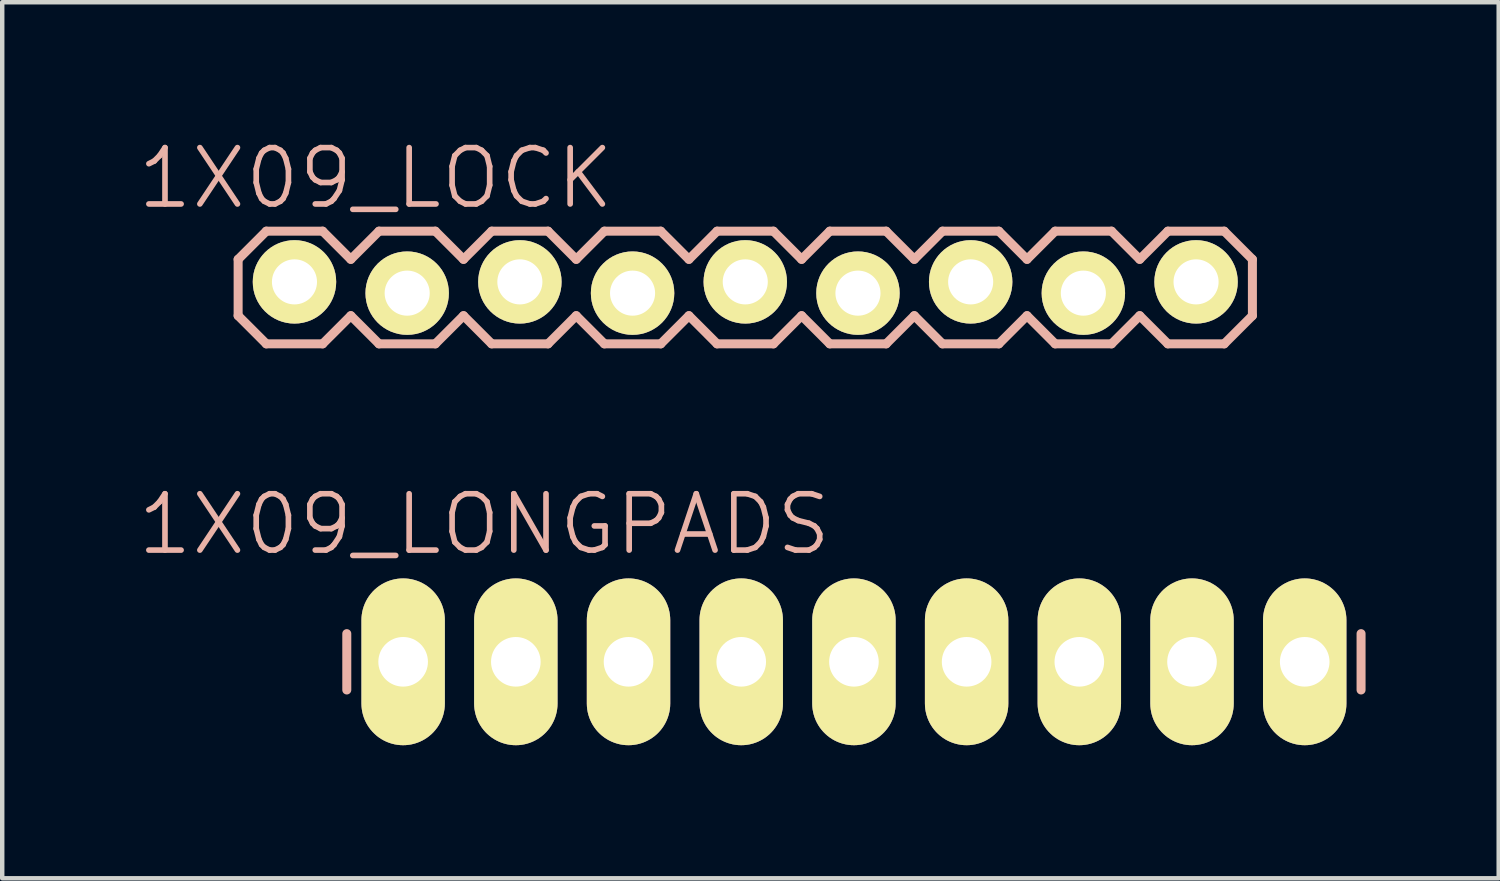
<source format=kicad_pcb>
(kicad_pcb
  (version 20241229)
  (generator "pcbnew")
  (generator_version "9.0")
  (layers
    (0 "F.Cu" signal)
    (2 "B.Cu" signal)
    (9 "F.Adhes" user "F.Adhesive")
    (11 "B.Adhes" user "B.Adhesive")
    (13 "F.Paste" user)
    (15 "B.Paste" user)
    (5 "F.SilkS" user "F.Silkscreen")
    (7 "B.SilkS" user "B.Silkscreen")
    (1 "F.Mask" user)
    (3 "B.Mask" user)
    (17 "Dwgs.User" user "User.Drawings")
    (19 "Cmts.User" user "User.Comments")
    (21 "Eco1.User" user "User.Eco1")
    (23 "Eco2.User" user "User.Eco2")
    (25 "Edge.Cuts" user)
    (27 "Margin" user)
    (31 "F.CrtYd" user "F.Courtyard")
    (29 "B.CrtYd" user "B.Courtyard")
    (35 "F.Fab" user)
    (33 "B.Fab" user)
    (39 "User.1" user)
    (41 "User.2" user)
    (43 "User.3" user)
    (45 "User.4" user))
  (footprint "1X09_LONGPADS"
    (layer "F.Cu")
    (at 6.036 11.866)
    (property "Reference" "1X09_LONGPADS" (at 1.829 -3.099 0) (layer "B.SilkS") (effects (font (size 1.27 1.27) (thickness 0.127))))
    (attr exclude_from_pos_files exclude_from_bom)
    (fp_line (start -0.254 -0.254) (end 0.254 -0.254) (stroke (width 0.066) (type solid)) (layer "F.SilkS"))
    (fp_line (start -0.254 0.254) (end -0.254 -0.254) (stroke (width 0.066) (type solid)) (layer "F.SilkS"))
    (fp_line (start -0.254 0.254) (end 0.254 0.254) (stroke (width 0.066) (type solid)) (layer "F.SilkS"))
    (fp_line (start 0.254 0.254) (end 0.254 -0.254) (stroke (width 0.066) (type solid)) (layer "F.SilkS"))
    (fp_line (start 2.286 -0.254) (end 2.794 -0.254) (stroke (width 0.066) (type solid)) (layer "F.SilkS"))
    (fp_line (start 2.286 0.254) (end 2.286 -0.254) (stroke (width 0.066) (type solid)) (layer "F.SilkS"))
    (fp_line (start 2.286 0.254) (end 2.794 0.254) (stroke (width 0.066) (type solid)) (layer "F.SilkS"))
    (fp_line (start 2.794 0.254) (end 2.794 -0.254) (stroke (width 0.066) (type solid)) (layer "F.SilkS"))
    (fp_line (start 4.826 -0.254) (end 5.334 -0.254) (stroke (width 0.066) (type solid)) (layer "F.SilkS"))
    (fp_line (start 4.826 0.254) (end 4.826 -0.254) (stroke (width 0.066) (type solid)) (layer "F.SilkS"))
    (fp_line (start 4.826 0.254) (end 5.334 0.254) (stroke (width 0.066) (type solid)) (layer "F.SilkS"))
    (fp_line (start 5.334 0.254) (end 5.334 -0.254) (stroke (width 0.066) (type solid)) (layer "F.SilkS"))
    (fp_line (start 7.366 -0.254) (end 7.874 -0.254) (stroke (width 0.066) (type solid)) (layer "F.SilkS"))
    (fp_line (start 7.366 0.254) (end 7.366 -0.254) (stroke (width 0.066) (type solid)) (layer "F.SilkS"))
    (fp_line (start 7.366 0.254) (end 7.874 0.254) (stroke (width 0.066) (type solid)) (layer "F.SilkS"))
    (fp_line (start 7.874 0.254) (end 7.874 -0.254) (stroke (width 0.066) (type solid)) (layer "F.SilkS"))
    (fp_line (start 9.906 -0.254) (end 10.414 -0.254) (stroke (width 0.066) (type solid)) (layer "F.SilkS"))
    (fp_line (start 9.906 0.254) (end 9.906 -0.254) (stroke (width 0.066) (type solid)) (layer "F.SilkS"))
    (fp_line (start 9.906 0.254) (end 10.414 0.254) (stroke (width 0.066) (type solid)) (layer "F.SilkS"))
    (fp_line (start 10.414 0.254) (end 10.414 -0.254) (stroke (width 0.066) (type solid)) (layer "F.SilkS"))
    (fp_line (start 12.446 -0.254) (end 12.954 -0.254) (stroke (width 0.066) (type solid)) (layer "F.SilkS"))
    (fp_line (start 12.446 0.254) (end 12.446 -0.254) (stroke (width 0.066) (type solid)) (layer "F.SilkS"))
    (fp_line (start 12.446 0.254) (end 12.954 0.254) (stroke (width 0.066) (type solid)) (layer "F.SilkS"))
    (fp_line (start 12.954 0.254) (end 12.954 -0.254) (stroke (width 0.066) (type solid)) (layer "F.SilkS"))
    (fp_line (start 14.986 -0.254) (end 15.494 -0.254) (stroke (width 0.066) (type solid)) (layer "F.SilkS"))
    (fp_line (start 14.986 0.254) (end 14.986 -0.254) (stroke (width 0.066) (type solid)) (layer "F.SilkS"))
    (fp_line (start 14.986 0.254) (end 15.494 0.254) (stroke (width 0.066) (type solid)) (layer "F.SilkS"))
    (fp_line (start 15.494 0.254) (end 15.494 -0.254) (stroke (width 0.066) (type solid)) (layer "F.SilkS"))
    (fp_line (start 17.523 -0.254) (end 18.034 -0.254) (stroke (width 0.066) (type solid)) (layer "F.SilkS"))
    (fp_line (start 17.523 0.254) (end 17.523 -0.254) (stroke (width 0.066) (type solid)) (layer "F.SilkS"))
    (fp_line (start 17.523 0.254) (end 18.034 0.254) (stroke (width 0.066) (type solid)) (layer "F.SilkS"))
    (fp_line (start 18.034 0.254) (end 18.034 -0.254) (stroke (width 0.066) (type solid)) (layer "F.SilkS"))
    (fp_line (start 20.066 -0.254) (end 20.574 -0.254) (stroke (width 0.066) (type solid)) (layer "F.SilkS"))
    (fp_line (start 20.066 0.254) (end 20.066 -0.254) (stroke (width 0.066) (type solid)) (layer "F.SilkS"))
    (fp_line (start 20.066 0.254) (end 20.574 0.254) (stroke (width 0.066) (type solid)) (layer "F.SilkS"))
    (fp_line (start 20.574 0.254) (end 20.574 -0.254) (stroke (width 0.066) (type solid)) (layer "F.SilkS"))
    (fp_line (start -1.27 -0.635) (end -1.27 0.635) (stroke (width 0.203) (type solid)) (layer "B.SilkS"))
    (fp_line (start 21.59 -0.635) (end 21.59 0.635) (stroke (width 0.203) (type solid)) (layer "B.SilkS"))
    (pad "1" thru_hole oval (at 0 0 180) (size 1.88 3.759) (drill 1.118) (layers "*.Cu" "F.Mask" "F.SilkS" "F.Paste"))
    (pad "2" thru_hole oval (at 2.54 0 180) (size 1.88 3.759) (drill 1.118) (layers "*.Cu" "F.Mask" "F.SilkS" "F.Paste"))
    (pad "3" thru_hole oval (at 5.08 0 180) (size 1.88 3.759) (drill 1.118) (layers "*.Cu" "F.Mask" "F.SilkS" "F.Paste"))
    (pad "4" thru_hole oval (at 7.62 0 180) (size 1.88 3.759) (drill 1.118) (layers "*.Cu" "F.Mask" "F.SilkS" "F.Paste"))
    (pad "5" thru_hole oval (at 10.16 0 180) (size 1.88 3.759) (drill 1.118) (layers "*.Cu" "F.Mask" "F.SilkS" "F.Paste"))
    (pad "6" thru_hole oval (at 12.7 0 180) (size 1.88 3.759) (drill 1.118) (layers "*.Cu" "F.Mask" "F.SilkS" "F.Paste"))
    (pad "7" thru_hole oval (at 15.24 0 180) (size 1.88 3.759) (drill 1.118) (layers "*.Cu" "F.Mask" "F.SilkS" "F.Paste"))
    (pad "8" thru_hole oval (at 17.78 0 180) (size 1.88 3.759) (drill 1.118) (layers "*.Cu" "F.Mask" "F.SilkS" "F.Paste"))
    (pad "9" thru_hole oval (at 20.32 0 180) (size 1.88 3.759) (drill 1.118) (layers "*.Cu" "F.Mask" "F.SilkS" "F.Paste")))
  (footprint "1X09_LOCK"
    (layer "F.Cu")
    (at 3.587 3.43)
    (property "Reference" "1X09_LOCK" (at 1.829 -2.464 0) (layer "B.SilkS") (effects (font (size 1.27 1.27) (thickness 0.127))))
    (attr exclude_from_pos_files exclude_from_bom)
    (fp_line (start -0.254 -0.254) (end 0.254 -0.254) (stroke (width 0.066) (type solid)) (layer "F.SilkS"))
    (fp_line (start -0.254 0.254) (end -0.254 -0.254) (stroke (width 0.066) (type solid)) (layer "F.SilkS"))
    (fp_line (start -0.254 0.254) (end 0.254 0.254) (stroke (width 0.066) (type solid)) (layer "F.SilkS"))
    (fp_line (start 0.254 0.254) (end 0.254 -0.254) (stroke (width 0.066) (type solid)) (layer "F.SilkS"))
    (fp_line (start 2.286 -0.254) (end 2.794 -0.254) (stroke (width 0.066) (type solid)) (layer "F.SilkS"))
    (fp_line (start 2.286 0.254) (end 2.286 -0.254) (stroke (width 0.066) (type solid)) (layer "F.SilkS"))
    (fp_line (start 2.286 0.254) (end 2.794 0.254) (stroke (width 0.066) (type solid)) (layer "F.SilkS"))
    (fp_line (start 2.794 0.254) (end 2.794 -0.254) (stroke (width 0.066) (type solid)) (layer "F.SilkS"))
    (fp_line (start 4.826 -0.254) (end 5.334 -0.254) (stroke (width 0.066) (type solid)) (layer "F.SilkS"))
    (fp_line (start 4.826 0.254) (end 4.826 -0.254) (stroke (width 0.066) (type solid)) (layer "F.SilkS"))
    (fp_line (start 4.826 0.254) (end 5.334 0.254) (stroke (width 0.066) (type solid)) (layer "F.SilkS"))
    (fp_line (start 5.334 0.254) (end 5.334 -0.254) (stroke (width 0.066) (type solid)) (layer "F.SilkS"))
    (fp_line (start 7.366 -0.254) (end 7.874 -0.254) (stroke (width 0.066) (type solid)) (layer "F.SilkS"))
    (fp_line (start 7.366 0.254) (end 7.366 -0.254) (stroke (width 0.066) (type solid)) (layer "F.SilkS"))
    (fp_line (start 7.366 0.254) (end 7.874 0.254) (stroke (width 0.066) (type solid)) (layer "F.SilkS"))
    (fp_line (start 7.874 0.254) (end 7.874 -0.254) (stroke (width 0.066) (type solid)) (layer "F.SilkS"))
    (fp_line (start 9.906 -0.254) (end 10.414 -0.254) (stroke (width 0.066) (type solid)) (layer "F.SilkS"))
    (fp_line (start 9.906 0.254) (end 9.906 -0.254) (stroke (width 0.066) (type solid)) (layer "F.SilkS"))
    (fp_line (start 9.906 0.254) (end 10.414 0.254) (stroke (width 0.066) (type solid)) (layer "F.SilkS"))
    (fp_line (start 10.414 0.254) (end 10.414 -0.254) (stroke (width 0.066) (type solid)) (layer "F.SilkS"))
    (fp_line (start 12.446 -0.254) (end 12.954 -0.254) (stroke (width 0.066) (type solid)) (layer "F.SilkS"))
    (fp_line (start 12.446 0.254) (end 12.446 -0.254) (stroke (width 0.066) (type solid)) (layer "F.SilkS"))
    (fp_line (start 12.446 0.254) (end 12.954 0.254) (stroke (width 0.066) (type solid)) (layer "F.SilkS"))
    (fp_line (start 12.954 0.254) (end 12.954 -0.254) (stroke (width 0.066) (type solid)) (layer "F.SilkS"))
    (fp_line (start 14.986 -0.254) (end 15.494 -0.254) (stroke (width 0.066) (type solid)) (layer "F.SilkS"))
    (fp_line (start 14.986 0.254) (end 14.986 -0.254) (stroke (width 0.066) (type solid)) (layer "F.SilkS"))
    (fp_line (start 14.986 0.254) (end 15.494 0.254) (stroke (width 0.066) (type solid)) (layer "F.SilkS"))
    (fp_line (start 15.494 0.254) (end 15.494 -0.254) (stroke (width 0.066) (type solid)) (layer "F.SilkS"))
    (fp_line (start 17.523 -0.254) (end 18.034 -0.254) (stroke (width 0.066) (type solid)) (layer "F.SilkS"))
    (fp_line (start 17.523 0.254) (end 17.523 -0.254) (stroke (width 0.066) (type solid)) (layer "F.SilkS"))
    (fp_line (start 17.523 0.254) (end 18.034 0.254) (stroke (width 0.066) (type solid)) (layer "F.SilkS"))
    (fp_line (start 18.034 0.254) (end 18.034 -0.254) (stroke (width 0.066) (type solid)) (layer "F.SilkS"))
    (fp_line (start 20.066 -0.254) (end 20.574 -0.254) (stroke (width 0.066) (type solid)) (layer "F.SilkS"))
    (fp_line (start 20.066 0.254) (end 20.066 -0.254) (stroke (width 0.066) (type solid)) (layer "F.SilkS"))
    (fp_line (start 20.066 0.254) (end 20.574 0.254) (stroke (width 0.066) (type solid)) (layer "F.SilkS"))
    (fp_line (start 20.574 0.254) (end 20.574 -0.254) (stroke (width 0.066) (type solid)) (layer "F.SilkS"))
    (fp_line (start -1.27 -0.635) (end -1.27 0.635) (stroke (width 0.203) (type solid)) (layer "B.SilkS"))
    (fp_line (start -1.27 0.635) (end -0.635 1.27) (stroke (width 0.203) (type solid)) (layer "B.SilkS"))
    (fp_line (start -0.635 -1.27) (end -1.27 -0.635) (stroke (width 0.203) (type solid)) (layer "B.SilkS"))
    (fp_line (start -0.635 -1.27) (end 0.635 -1.27) (stroke (width 0.203) (type solid)) (layer "B.SilkS"))
    (fp_line (start 0.635 -1.27) (end 1.27 -0.635) (stroke (width 0.203) (type solid)) (layer "B.SilkS"))
    (fp_line (start 0.635 1.27) (end -0.635 1.27) (stroke (width 0.203) (type solid)) (layer "B.SilkS"))
    (fp_line (start 1.27 -0.635) (end 1.905 -1.27) (stroke (width 0.203) (type solid)) (layer "B.SilkS"))
    (fp_line (start 1.27 0.635) (end 0.635 1.27) (stroke (width 0.203) (type solid)) (layer "B.SilkS"))
    (fp_line (start 1.905 -1.27) (end 3.175 -1.27) (stroke (width 0.203) (type solid)) (layer "B.SilkS"))
    (fp_line (start 1.905 1.27) (end 1.27 0.635) (stroke (width 0.203) (type solid)) (layer "B.SilkS"))
    (fp_line (start 3.175 -1.27) (end 3.81 -0.635) (stroke (width 0.203) (type solid)) (layer "B.SilkS"))
    (fp_line (start 3.175 1.27) (end 1.905 1.27) (stroke (width 0.203) (type solid)) (layer "B.SilkS"))
    (fp_line (start 3.81 -0.635) (end 4.445 -1.27) (stroke (width 0.203) (type solid)) (layer "B.SilkS"))
    (fp_line (start 3.81 0.635) (end 3.175 1.27) (stroke (width 0.203) (type solid)) (layer "B.SilkS"))
    (fp_line (start 4.445 -1.27) (end 5.715 -1.27) (stroke (width 0.203) (type solid)) (layer "B.SilkS"))
    (fp_line (start 4.445 1.27) (end 3.81 0.635) (stroke (width 0.203) (type solid)) (layer "B.SilkS"))
    (fp_line (start 5.715 -1.27) (end 6.35 -0.635) (stroke (width 0.203) (type solid)) (layer "B.SilkS"))
    (fp_line (start 5.715 1.27) (end 4.445 1.27) (stroke (width 0.203) (type solid)) (layer "B.SilkS"))
    (fp_line (start 6.35 0.635) (end 5.715 1.27) (stroke (width 0.203) (type solid)) (layer "B.SilkS"))
    (fp_line (start 6.35 0.635) (end 6.985 1.27) (stroke (width 0.203) (type solid)) (layer "B.SilkS"))
    (fp_line (start 6.985 -1.27) (end 6.35 -0.635) (stroke (width 0.203) (type solid)) (layer "B.SilkS"))
    (fp_line (start 6.985 -1.27) (end 8.255 -1.27) (stroke (width 0.203) (type solid)) (layer "B.SilkS"))
    (fp_line (start 8.255 -1.27) (end 8.89 -0.635) (stroke (width 0.203) (type solid)) (layer "B.SilkS"))
    (fp_line (start 8.255 1.27) (end 6.985 1.27) (stroke (width 0.203) (type solid)) (layer "B.SilkS"))
    (fp_line (start 8.89 -0.635) (end 9.525 -1.27) (stroke (width 0.203) (type solid)) (layer "B.SilkS"))
    (fp_line (start 8.89 0.635) (end 8.255 1.27) (stroke (width 0.203) (type solid)) (layer "B.SilkS"))
    (fp_line (start 9.525 -1.27) (end 10.795 -1.27) (stroke (width 0.203) (type solid)) (layer "B.SilkS"))
    (fp_line (start 9.525 1.27) (end 8.89 0.635) (stroke (width 0.203) (type solid)) (layer "B.SilkS"))
    (fp_line (start 10.795 -1.27) (end 11.43 -0.635) (stroke (width 0.203) (type solid)) (layer "B.SilkS"))
    (fp_line (start 10.795 1.27) (end 9.525 1.27) (stroke (width 0.203) (type solid)) (layer "B.SilkS"))
    (fp_line (start 11.43 -0.635) (end 12.065 -1.27) (stroke (width 0.203) (type solid)) (layer "B.SilkS"))
    (fp_line (start 11.43 0.635) (end 10.795 1.27) (stroke (width 0.203) (type solid)) (layer "B.SilkS"))
    (fp_line (start 12.065 -1.27) (end 13.335 -1.27) (stroke (width 0.203) (type solid)) (layer "B.SilkS"))
    (fp_line (start 12.065 1.27) (end 11.43 0.635) (stroke (width 0.203) (type solid)) (layer "B.SilkS"))
    (fp_line (start 13.335 -1.27) (end 13.97 -0.635) (stroke (width 0.203) (type solid)) (layer "B.SilkS"))
    (fp_line (start 13.335 1.27) (end 12.065 1.27) (stroke (width 0.203) (type solid)) (layer "B.SilkS"))
    (fp_line (start 13.97 0.635) (end 13.335 1.27) (stroke (width 0.203) (type solid)) (layer "B.SilkS"))
    (fp_line (start 13.97 0.635) (end 14.605 1.27) (stroke (width 0.203) (type solid)) (layer "B.SilkS"))
    (fp_line (start 14.605 -1.27) (end 13.97 -0.635) (stroke (width 0.203) (type solid)) (layer "B.SilkS"))
    (fp_line (start 14.605 -1.27) (end 15.875 -1.27) (stroke (width 0.203) (type solid)) (layer "B.SilkS"))
    (fp_line (start 15.875 -1.27) (end 16.51 -0.635) (stroke (width 0.203) (type solid)) (layer "B.SilkS"))
    (fp_line (start 15.875 1.27) (end 14.605 1.27) (stroke (width 0.203) (type solid)) (layer "B.SilkS"))
    (fp_line (start 16.51 0.635) (end 15.875 1.27) (stroke (width 0.203) (type solid)) (layer "B.SilkS"))
    (fp_line (start 16.51 0.635) (end 17.145 1.27) (stroke (width 0.203) (type solid)) (layer "B.SilkS"))
    (fp_line (start 17.145 -1.27) (end 16.51 -0.635) (stroke (width 0.203) (type solid)) (layer "B.SilkS"))
    (fp_line (start 17.145 -1.27) (end 18.415 -1.27) (stroke (width 0.203) (type solid)) (layer "B.SilkS"))
    (fp_line (start 18.415 -1.27) (end 19.05 -0.635) (stroke (width 0.203) (type solid)) (layer "B.SilkS"))
    (fp_line (start 18.415 1.27) (end 17.145 1.27) (stroke (width 0.203) (type solid)) (layer "B.SilkS"))
    (fp_line (start 19.05 0.635) (end 18.415 1.27) (stroke (width 0.203) (type solid)) (layer "B.SilkS"))
    (fp_line (start 19.05 0.635) (end 19.685 1.27) (stroke (width 0.203) (type solid)) (layer "B.SilkS"))
    (fp_line (start 19.685 -1.27) (end 19.05 -0.635) (stroke (width 0.203) (type solid)) (layer "B.SilkS"))
    (fp_line (start 19.685 -1.27) (end 20.955 -1.27) (stroke (width 0.203) (type solid)) (layer "B.SilkS"))
    (fp_line (start 20.955 -1.27) (end 21.59 -0.635) (stroke (width 0.203) (type solid)) (layer "B.SilkS"))
    (fp_line (start 20.955 1.27) (end 19.685 1.27) (stroke (width 0.203) (type solid)) (layer "B.SilkS"))
    (fp_line (start 21.59 -0.635) (end 21.59 0.635) (stroke (width 0.203) (type solid)) (layer "B.SilkS"))
    (fp_line (start 21.59 0.635) (end 20.955 1.27) (stroke (width 0.203) (type solid)) (layer "B.SilkS"))
    (pad "1" thru_hole circle (at 0 -0.127) (size 1.88 1.88) (drill 1.016) (layers "*.Cu" "F.Mask" "F.SilkS" "F.Paste"))
    (pad "2" thru_hole circle (at 2.54 0.127) (size 1.88 1.88) (drill 1.016) (layers "*.Cu" "F.Mask" "F.SilkS" "F.Paste"))
    (pad "3" thru_hole circle (at 5.08 -0.127) (size 1.88 1.88) (drill 1.016) (layers "*.Cu" "F.Mask" "F.SilkS" "F.Paste"))
    (pad "4" thru_hole circle (at 7.62 0.127) (size 1.88 1.88) (drill 1.016) (layers "*.Cu" "F.Mask" "F.SilkS" "F.Paste"))
    (pad "5" thru_hole circle (at 10.16 -0.127) (size 1.88 1.88) (drill 1.016) (layers "*.Cu" "F.Mask" "F.SilkS" "F.Paste"))
    (pad "6" thru_hole circle (at 12.7 0.127) (size 1.88 1.88) (drill 1.016) (layers "*.Cu" "F.Mask" "F.SilkS" "F.Paste"))
    (pad "7" thru_hole circle (at 15.24 -0.127) (size 1.88 1.88) (drill 1.016) (layers "*.Cu" "F.Mask" "F.SilkS" "F.Paste"))
    (pad "8" thru_hole circle (at 17.78 0.127) (size 1.88 1.88) (drill 1.016) (layers "*.Cu" "F.Mask" "F.SilkS" "F.Paste"))
    (pad "9" thru_hole circle (at 20.32 -0.127) (size 1.88 1.88) (drill 1.016) (layers "*.Cu" "F.Mask" "F.SilkS" "F.Paste")))
  (gr_rect
    (start -3 -3)
    (end 30.728 16.745)
    (stroke (width 0.1) (type default))
    (fill no)
    (layer "Edge.Cuts")))
</source>
